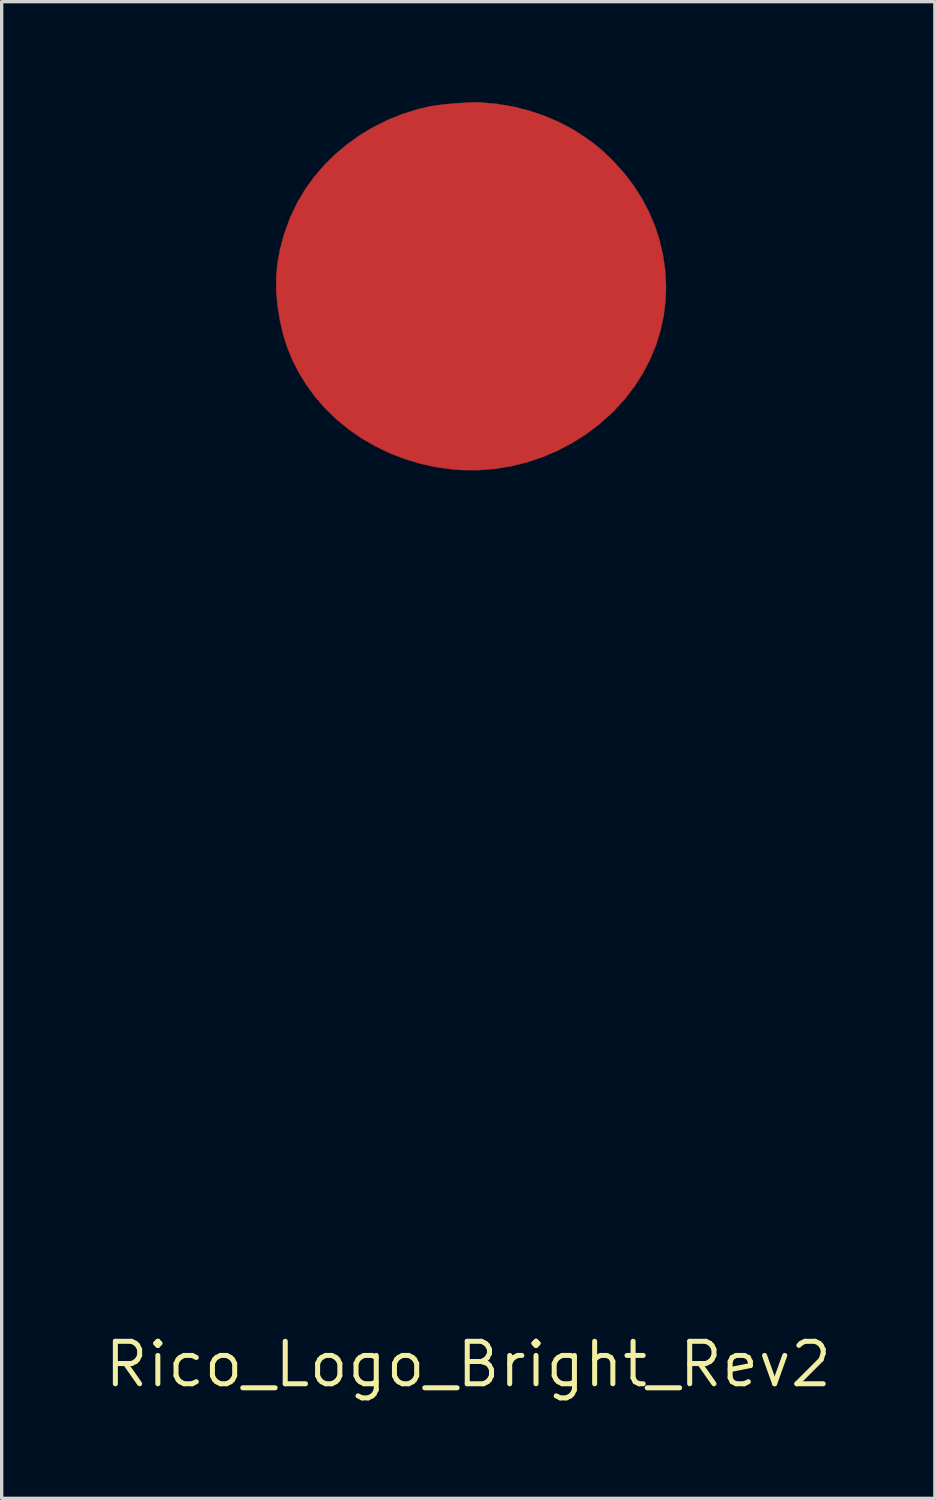
<source format=kicad_pcb>
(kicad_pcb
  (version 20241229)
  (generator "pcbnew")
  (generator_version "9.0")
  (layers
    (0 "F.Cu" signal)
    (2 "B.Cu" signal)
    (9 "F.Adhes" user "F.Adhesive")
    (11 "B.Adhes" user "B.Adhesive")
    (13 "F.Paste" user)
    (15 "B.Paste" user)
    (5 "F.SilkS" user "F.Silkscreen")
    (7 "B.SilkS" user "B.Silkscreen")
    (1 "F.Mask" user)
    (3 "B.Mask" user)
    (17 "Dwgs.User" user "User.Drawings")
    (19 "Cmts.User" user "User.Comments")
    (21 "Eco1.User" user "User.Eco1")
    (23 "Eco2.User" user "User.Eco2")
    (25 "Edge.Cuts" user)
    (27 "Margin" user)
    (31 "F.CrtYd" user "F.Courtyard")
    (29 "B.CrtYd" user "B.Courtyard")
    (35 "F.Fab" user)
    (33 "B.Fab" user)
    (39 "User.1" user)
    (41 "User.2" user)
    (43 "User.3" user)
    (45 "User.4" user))
  (footprint "Rico_Logo_Bright_Rev2"
    (layer "F.Cu")
    (at 10.953 5.501)
    (property "Reference" "Rico_Logo_Bright_Rev2" (at 0 32.25 0) (layer "F.SilkS") (effects (font (size 1.27 1.27) (thickness 0.15))))
    (attr through_hole)
    (fp_poly (pts (xy 0.33 -5.489) (xy 0.34 -5.489) (xy 0.835 -5.447) (xy 1.322 -5.366) (xy 1.798 -5.248) (xy 2.261 -5.094) (xy 2.705 -4.905) (xy 3.128 -4.681) (xy 3.527 -4.425) (xy 3.528 -4.424) (xy 3.702 -4.297) (xy 3.856 -4.177) (xy 4 -4.055) (xy 4.147 -3.919) (xy 4.308 -3.761) (xy 4.319 -3.751) (xy 4.646 -3.393) (xy 4.938 -3.013) (xy 5.194 -2.612) (xy 5.413 -2.194) (xy 5.594 -1.758) (xy 5.716 -1.381) (xy 5.824 -0.922) (xy 5.89 -0.463) (xy 5.915 -0.005) (xy 5.899 0.449) (xy 5.843 0.898) (xy 5.748 1.339) (xy 5.614 1.77) (xy 5.441 2.19) (xy 5.231 2.597) (xy 4.983 2.988) (xy 4.699 3.361) (xy 4.378 3.715) (xy 4.285 3.808) (xy 3.915 4.138) (xy 3.521 4.435) (xy 3.105 4.698) (xy 2.67 4.926) (xy 2.22 5.118) (xy 1.756 5.273) (xy 1.282 5.391) (xy 0.8 5.469) (xy 0.312 5.508) (xy -0.177 5.506) (xy -0.443 5.488) (xy -0.936 5.422) (xy -1.417 5.319) (xy -1.885 5.179) (xy -2.338 5.005) (xy -2.772 4.797) (xy -3.186 4.558) (xy -3.577 4.287) (xy -3.942 3.988) (xy -4.279 3.661) (xy -4.586 3.307) (xy -4.846 2.95) (xy -5.065 2.594) (xy -5.251 2.232) (xy -5.405 1.859) (xy -5.53 1.468) (xy -5.628 1.054) (xy -5.701 0.61) (xy -5.702 0.603) (xy -5.742 0.17) (xy -5.743 -0.256) (xy -5.705 -0.681) (xy -5.628 -1.105) (xy -5.512 -1.533) (xy -5.355 -1.969) (xy -5.297 -2.109) (xy -5.101 -2.515) (xy -4.867 -2.904) (xy -4.599 -3.273) (xy -4.3 -3.62) (xy -3.97 -3.944) (xy -3.614 -4.242) (xy -3.233 -4.513) (xy -2.83 -4.754) (xy -2.406 -4.965) (xy -1.965 -5.142) (xy -1.51 -5.284) (xy -1.157 -5.368) (xy -1.035 -5.389) (xy -0.88 -5.41) (xy -0.703 -5.43) (xy -0.512 -5.448) (xy -0.316 -5.464) (xy -0.125 -5.477) (xy 0.053 -5.486) (xy 0.207 -5.49) (xy 0.33 -5.489)) (stroke (width 0.01) (type solid)) (fill yes) (layer "F.Cu"))
    (fp_poly (pts (xy 0.166 -2.579) (xy 0.228 -2.53) (xy 0.267 -2.445) (xy 0.285 -2.325) (xy 0.287 -2.272) (xy 0.274 -2.12) (xy 0.238 -1.98) (xy 0.182 -1.859) (xy 0.109 -1.764) (xy 0.023 -1.703) (xy 0.012 -1.699) (xy -0.048 -1.676) (xy -0.085 -1.668) (xy -0.117 -1.673) (xy -0.149 -1.685) (xy -0.208 -1.731) (xy -0.25 -1.809) (xy -0.275 -1.912) (xy -0.281 -2.032) (xy -0.266 -2.164) (xy -0.255 -2.215) (xy -0.207 -2.352) (xy -0.142 -2.463) (xy -0.064 -2.543) (xy 0.024 -2.588) (xy 0.082 -2.596) (xy 0.166 -2.579)) (stroke (width 0.01) (type solid)) (fill yes) (layer "F.Mask"))
    (fp_poly (pts (xy 0.497 -5.484) (xy 0.812 -5.452) (xy 1.141 -5.401) (xy 1.473 -5.334) (xy 1.799 -5.251) (xy 2.107 -5.156) (xy 2.312 -5.081) (xy 2.744 -4.891) (xy 3.15 -4.673) (xy 3.534 -4.424) (xy 3.9 -4.139) (xy 4.253 -3.817) (xy 4.319 -3.751) (xy 4.651 -3.389) (xy 4.945 -3.009) (xy 5.2 -2.61) (xy 5.418 -2.193) (xy 5.598 -1.757) (xy 5.74 -1.301) (xy 5.845 -0.825) (xy 5.868 -0.691) (xy 5.885 -0.543) (xy 5.898 -0.363) (xy 5.905 -0.163) (xy 5.908 0.048) (xy 5.905 0.258) (xy 5.897 0.457) (xy 5.884 0.635) (xy 5.868 0.77) (xy 5.788 1.187) (xy 5.681 1.581) (xy 5.541 1.964) (xy 5.388 2.304) (xy 5.194 2.664) (xy 4.977 3.002) (xy 4.73 3.326) (xy 4.447 3.644) (xy 4.394 3.699) (xy 4.032 4.042) (xy 3.643 4.351) (xy 3.231 4.627) (xy 2.796 4.868) (xy 2.342 5.073) (xy 1.87 5.241) (xy 1.383 5.371) (xy 0.96 5.45) (xy 0.857 5.462) (xy 0.726 5.474) (xy 0.573 5.484) (xy 0.408 5.493) (xy 0.239 5.5) (xy 0.074 5.504) (xy -0.078 5.506) (xy -0.209 5.506) (xy -0.311 5.502) (xy -0.348 5.499) (xy -0.402 5.492) (xy -0.484 5.483) (xy -0.58 5.472) (xy -0.623 5.467) (xy -1.051 5.401) (xy -1.484 5.301) (xy -1.915 5.169) (xy -2.334 5.009) (xy -2.734 4.824) (xy -2.987 4.682) (xy -0.493 4.682) (xy -0.362 4.704) (xy -0.267 4.714) (xy -0.139 4.719) (xy 0.013 4.719) (xy 0.179 4.715) (xy 0.352 4.707) (xy 0.521 4.695) (xy 0.678 4.68) (xy 0.795 4.665) (xy 1.279 4.572) (xy 1.739 4.443) (xy 2.176 4.279) (xy 2.591 4.08) (xy 2.984 3.845) (xy 3.354 3.573) (xy 3.704 3.266) (xy 3.843 3.127) (xy 4.125 2.812) (xy 4.368 2.488) (xy 4.574 2.151) (xy 4.747 1.798) (xy 4.889 1.422) (xy 4.891 1.416) (xy 4.925 1.307) (xy 4.956 1.207) (xy 4.979 1.125) (xy 4.993 1.072) (xy 4.994 1.066) (xy 5.008 0.992) (xy 4.971 1.044) (xy 4.951 1.081) (xy 4.918 1.15) (xy 4.876 1.241) (xy 4.83 1.347) (xy 4.801 1.415) (xy 4.601 1.845) (xy 4.376 2.244) (xy 4.126 2.61) (xy 3.852 2.942) (xy 3.648 3.152) (xy 3.439 3.34) (xy 3.239 3.49) (xy 3.043 3.606) (xy 2.846 3.689) (xy 2.643 3.743) (xy 2.488 3.766) (xy 2.298 3.764) (xy 2.109 3.723) (xy 1.927 3.648) (xy 1.759 3.542) (xy 1.612 3.408) (xy 1.492 3.249) (xy 1.474 3.219) (xy 1.429 3.145) (xy 1.385 3.093) (xy 1.332 3.055) (xy 1.259 3.024) (xy 1.165 2.994) (xy 1.075 2.962) (xy 0.969 2.915) (xy 0.867 2.864) (xy 0.848 2.853) (xy 0.718 2.78) (xy 0.6 2.717) (xy 0.501 2.667) (xy 0.426 2.633) (xy 0.401 2.624) (xy 0.374 2.62) (xy 0.358 2.635) (xy 0.348 2.677) (xy 0.341 2.722) (xy 0.328 2.789) (xy 0.302 2.887) (xy 0.266 3.01) (xy 0.223 3.148) (xy 0.175 3.295) (xy 0.124 3.442) (xy 0.074 3.582) (xy 0.03 3.696) (xy -0.059 3.906) (xy -0.161 4.119) (xy -0.267 4.32) (xy -0.372 4.495) (xy -0.381 4.509) (xy -0.493 4.682) (xy -2.987 4.682) (xy -3.106 4.616) (xy -3.163 4.58) (xy -3.431 4.398) (xy -3.701 4.191) (xy -3.964 3.967) (xy -4.211 3.734) (xy -4.432 3.502) (xy -4.55 3.363) (xy -4.741 3.105) (xy -3.691 3.105) (xy -3.649 3.164) (xy -3.588 3.235) (xy -3.498 3.325) (xy -3.386 3.426) (xy -3.256 3.535) (xy -3.116 3.646) (xy -2.971 3.754) (xy -2.829 3.853) (xy -2.717 3.926) (xy -2.495 4.053) (xy -2.242 4.179) (xy -1.972 4.299) (xy -1.696 4.407) (xy -1.425 4.498) (xy -1.248 4.549) (xy -1.142 4.576) (xy -1.071 4.592) (xy -1.029 4.598) (xy -1.01 4.594) (xy -1.009 4.58) (xy -1.012 4.574) (xy -1.142 4.253) (xy -1.243 3.93) (xy -1.316 3.599) (xy -1.361 3.253) (xy -1.381 2.885) (xy -1.38 2.764) (xy -0.873 2.764) (xy -0.857 2.97) (xy -0.845 3.033) (xy -0.799 3.176) (xy -0.738 3.282) (xy -0.659 3.353) (xy -0.657 3.354) (xy -0.576 3.388) (xy -0.496 3.387) (xy -0.42 3.36) (xy -0.332 3.305) (xy -0.257 3.226) (xy -0.192 3.121) (xy -0.135 2.984) (xy -0.084 2.811) (xy -0.054 2.685) (xy -0.035 2.597) (xy -0.017 2.523) (xy -0.004 2.473) (xy 0.000025 2.462) (xy -0.003 2.446) (xy -0.027 2.423) (xy -0.076 2.393) (xy -0.153 2.352) (xy -0.264 2.297) (xy -0.327 2.267) (xy -0.667 2.105) (xy -0.709 2.173) (xy -0.797 2.355) (xy -0.852 2.556) (xy -0.873 2.764) (xy -1.38 2.764) (xy -1.378 2.548) (xy -1.373 2.412) (xy -1.365 2.281) (xy -1.357 2.165) (xy -1.348 2.073) (xy -1.341 2.024) (xy -1.326 1.923) (xy -1.328 1.853) (xy -1.353 1.802) (xy -1.406 1.759) (xy -1.492 1.715) (xy -1.508 1.708) (xy -1.581 1.673) (xy -1.683 1.624) (xy -1.802 1.566) (xy -1.815 1.56) (xy 2.059 1.56) (xy 2.063 1.755) (xy 2.077 1.921) (xy 2.085 1.976) (xy 2.137 2.201) (xy 2.209 2.395) (xy 2.3 2.556) (xy 2.408 2.683) (xy 2.531 2.774) (xy 2.668 2.829) (xy 2.817 2.846) (xy 2.976 2.823) (xy 3.054 2.798) (xy 3.2 2.73) (xy 3.349 2.631) (xy 3.503 2.502) (xy 3.663 2.339) (xy 3.828 2.143) (xy 4.001 1.913) (xy 4.182 1.646) (xy 4.372 1.342) (xy 4.572 1) (xy 4.783 0.619) (xy 4.786 0.612) (xy 4.878 0.441) (xy 4.951 0.302) (xy 5.008 0.189) (xy 5.05 0.098) (xy 5.08 0.023) (xy 5.1 -0.041) (xy 5.111 -0.099) (xy 5.117 -0.157) (xy 5.118 -0.219) (xy 5.118 -0.225) (xy 5.112 -0.341) (xy 5.095 -0.488) (xy 5.069 -0.654) (xy 5.036 -0.83) (xy 4.998 -1.005) (xy 4.956 -1.169) (xy 4.932 -1.253) (xy 4.881 -1.41) (xy 4.823 -1.573) (xy 4.761 -1.734) (xy 4.698 -1.887) (xy 4.636 -2.023) (xy 4.579 -2.136) (xy 4.53 -2.219) (xy 4.51 -2.247) (xy 4.491 -2.268) (xy 4.482 -2.265) (xy 4.482 -2.232) (xy 4.488 -2.172) (xy 4.492 -2.06) (xy 4.483 -1.915) (xy 4.462 -1.743) (xy 4.431 -1.552) (xy 4.391 -1.347) (xy 4.343 -1.137) (xy 4.288 -0.927) (xy 4.285 -0.916) (xy 4.2 -0.644) (xy 4.1 -0.372) (xy 3.989 -0.107) (xy 3.869 0.145) (xy 3.743 0.379) (xy 3.614 0.589) (xy 3.486 0.768) (xy 3.367 0.904) (xy 3.243 1.014) (xy 3.128 1.082) (xy 3.022 1.109) (xy 2.924 1.095) (xy 2.837 1.042) (xy 2.762 0.963) (xy 2.717 0.879) (xy 2.697 0.778) (xy 2.695 0.707) (xy 2.7 0.623) (xy 2.715 0.534) (xy 2.741 0.434) (xy 2.78 0.316) (xy 2.835 0.174) (xy 2.907 0.002) (xy 2.932 -0.056) (xy 2.983 -0.174) (xy 3.03 -0.287) (xy 3.071 -0.385) (xy 3.101 -0.46) (xy 3.112 -0.49) (xy 3.164 -0.614) (xy 3.219 -0.704) (xy 3.275 -0.755) (xy 3.329 -0.767) (xy 3.343 -0.763) (xy 3.376 -0.734) (xy 3.389 -0.708) (xy 3.402 -0.683) (xy 3.42 -0.684) (xy 3.442 -0.715) (xy 3.472 -0.777) (xy 3.509 -0.873) (xy 3.557 -1.006) (xy 3.579 -1.072) (xy 3.663 -1.332) (xy 3.73 -1.572) (xy 3.782 -1.791) (xy 3.817 -1.984) (xy 3.835 -2.151) (xy 3.837 -2.288) (xy 3.821 -2.393) (xy 3.788 -2.464) (xy 3.756 -2.491) (xy 3.694 -2.501) (xy 3.616 -2.474) (xy 3.523 -2.414) (xy 3.419 -2.32) (xy 3.305 -2.196) (xy 3.224 -2.095) (xy 3.066 -1.869) (xy 2.911 -1.607) (xy 2.761 -1.314) (xy 2.62 -0.997) (xy 2.488 -0.662) (xy 2.37 -0.315) (xy 2.267 0.038) (xy 2.181 0.39) (xy 2.17 0.447) (xy 2.131 0.659) (xy 2.101 0.885) (xy 2.078 1.116) (xy 2.064 1.344) (xy 2.059 1.56) (xy -1.815 1.56) (xy -1.929 1.503) (xy -2.028 1.453) (xy -2.214 1.362) (xy -2.365 1.29) (xy -2.484 1.238) (xy -2.573 1.205) (xy -2.635 1.189) (xy -2.671 1.19) (xy -2.68 1.197) (xy -2.711 1.247) (xy -2.758 1.328) (xy -2.817 1.431) (xy -2.884 1.552) (xy -2.956 1.681) (xy -3.028 1.813) (xy -3.097 1.941) (xy -3.158 2.057) (xy -3.163 2.067) (xy -3.228 2.194) (xy -3.276 2.291) (xy -3.309 2.367) (xy -3.33 2.428) (xy -3.342 2.482) (xy -3.348 2.532) (xy -3.372 2.668) (xy -3.422 2.789) (xy -3.503 2.907) (xy -3.569 2.98) (xy -3.691 3.105) (xy -4.741 3.105) (xy -4.816 3.003) (xy -5.054 2.615) (xy -5.259 2.207) (xy -5.43 1.785) (xy -5.562 1.354) (xy -5.606 1.172) (xy -5.646 0.981) (xy -5.677 0.814) (xy -5.7 0.661) (xy -5.717 0.512) (xy -5.727 0.355) (xy -5.732 0.197) (xy -4.934 0.197) (xy -4.898 0.612) (xy -4.826 1.02) (xy -4.716 1.418) (xy -4.569 1.801) (xy -4.487 1.976) (xy -4.404 2.136) (xy -4.327 2.279) (xy -4.256 2.402) (xy -4.194 2.5) (xy -4.144 2.569) (xy -4.108 2.606) (xy -4.095 2.611) (xy -4.079 2.593) (xy -4.057 2.545) (xy -4.04 2.5) (xy -4.01 2.423) (xy -3.96 2.311) (xy -3.89 2.166) (xy -3.801 1.991) (xy -3.695 1.787) (xy -3.577 1.563) (xy -3.507 1.43) (xy -3.442 1.298) (xy -3.385 1.175) (xy -3.34 1.067) (xy -3.307 0.981) (xy -3.291 0.924) (xy -3.29 0.912) (xy -3.308 0.893) (xy -3.357 0.86) (xy -3.43 0.819) (xy -3.52 0.773) (xy -3.527 0.769) (xy -3.731 0.664) (xy -3.909 0.562) (xy -4.058 0.465) (xy -4.177 0.374) (xy -4.261 0.292) (xy -4.309 0.22) (xy -4.317 0.196) (xy -4.315 0.112) (xy -4.275 0.024) (xy -4.201 -0.066) (xy -4.098 -0.154) (xy -3.97 -0.238) (xy -3.821 -0.314) (xy -3.654 -0.379) (xy -3.502 -0.424) (xy -3.354 -0.457) (xy -3.192 -0.487) (xy -3.029 -0.513) (xy -2.875 -0.531) (xy -2.745 -0.541) (xy -2.694 -0.543) (xy -2.595 -0.546) (xy -2.514 -0.557) (xy -2.446 -0.581) (xy -2.387 -0.622) (xy -2.331 -0.684) (xy -2.274 -0.773) (xy -2.244 -0.828) (xy -1.597 -0.828) (xy -1.578 -0.827) (xy -1.527 -0.837) (xy -1.451 -0.857) (xy -1.356 -0.884) (xy -1.252 -0.917) (xy -1.145 -0.954) (xy -1.11 -0.966) (xy -1.022 -0.998) (xy -0.902 -1.04) (xy -0.76 -1.089) (xy -0.603 -1.143) (xy -0.441 -1.198) (xy -0.316 -1.241) (xy -0.038 -1.337) (xy 0.203 -1.425) (xy 0.41 -1.505) (xy 0.586 -1.58) (xy 0.736 -1.649) (xy 0.837 -1.702) (xy 1.015 -1.807) (xy 1.187 -1.922) (xy 1.347 -2.043) (xy 1.489 -2.164) (xy 1.608 -2.281) (xy 1.697 -2.388) (xy 1.728 -2.437) (xy 1.773 -2.534) (xy 1.789 -2.629) (xy 1.789 -2.646) (xy 1.785 -2.715) (xy 1.767 -2.763) (xy 1.725 -2.81) (xy 1.718 -2.817) (xy 1.65 -2.868) (xy 1.565 -2.907) (xy 1.457 -2.936) (xy 1.319 -2.956) (xy 1.146 -2.969) (xy 1.097 -2.971) (xy 0.993 -2.972) (xy 0.864 -2.971) (xy 0.715 -2.966) (xy 0.551 -2.958) (xy 0.379 -2.948) (xy 0.202 -2.936) (xy 0.026 -2.923) (xy -0.144 -2.909) (xy -0.301 -2.894) (xy -0.442 -2.879) (xy -0.561 -2.864) (xy -0.652 -2.85) (xy -0.711 -2.836) (xy -0.731 -2.826) (xy -0.743 -2.787) (xy -0.75 -2.727) (xy -0.75 -2.711) (xy -0.758 -2.627) (xy -0.781 -2.527) (xy -0.82 -2.407) (xy -0.877 -2.265) (xy -0.954 -2.098) (xy -1.051 -1.902) (xy -1.169 -1.676) (xy -1.235 -1.551) (xy -1.318 -1.397) (xy -1.394 -1.252) (xy -1.461 -1.121) (xy -1.518 -1.008) (xy -1.561 -0.919) (xy -1.588 -0.857) (xy -1.597 -0.828) (xy -2.244 -0.828) (xy -2.21 -0.892) (xy -2.138 -1.04) (xy -2.088 -1.139) (xy -2.023 -1.266) (xy -1.946 -1.41) (xy -1.863 -1.562) (xy -1.779 -1.713) (xy -1.738 -1.784) (xy -1.65 -1.941) (xy -1.564 -2.096) (xy -1.484 -2.245) (xy -1.411 -2.383) (xy -1.348 -2.505) (xy -1.297 -2.608) (xy -1.261 -2.687) (xy -1.241 -2.736) (xy -1.239 -2.753) (xy -1.262 -2.752) (xy -1.319 -2.743) (xy -1.402 -2.726) (xy -1.504 -2.705) (xy -1.616 -2.68) (xy -1.732 -2.653) (xy -1.844 -2.626) (xy -1.944 -2.6) (xy -1.996 -2.586) (xy -2.135 -2.545) (xy -2.281 -2.498) (xy -2.427 -2.449) (xy -2.564 -2.401) (xy -2.684 -2.355) (xy -2.78 -2.315) (xy -2.843 -2.284) (xy -2.846 -2.282) (xy -2.941 -2.226) (xy -2.722 -2.21) (xy -2.563 -2.195) (xy -2.442 -2.175) (xy -2.357 -2.149) (xy -2.303 -2.115) (xy -2.278 -2.072) (xy -2.274 -2.046) (xy -2.294 -1.998) (xy -2.346 -1.954) (xy -2.421 -1.922) (xy -2.482 -1.909) (xy -2.534 -1.902) (xy -2.619 -1.89) (xy -2.729 -1.874) (xy -2.857 -1.855) (xy -2.992 -1.835) (xy -3.005 -1.833) (xy -3.226 -1.8) (xy -3.41 -1.774) (xy -3.561 -1.755) (xy -3.682 -1.743) (xy -3.778 -1.738) (xy -3.853 -1.74) (xy -3.911 -1.749) (xy -3.956 -1.765) (xy -3.993 -1.788) (xy -4.025 -1.818) (xy -4.04 -1.836) (xy -4.072 -1.881) (xy -4.088 -1.929) (xy -4.094 -1.997) (xy -4.095 -2.034) (xy -4.086 -2.145) (xy -4.062 -2.283) (xy -4.024 -2.437) (xy -3.976 -2.597) (xy -3.929 -2.728) (xy -3.899 -2.807) (xy -3.885 -2.854) (xy -3.885 -2.874) (xy -3.897 -2.874) (xy -3.905 -2.871) (xy -3.954 -2.83) (xy -4.018 -2.756) (xy -4.093 -2.653) (xy -4.175 -2.527) (xy -4.263 -2.382) (xy -4.352 -2.224) (xy -4.439 -2.058) (xy -4.522 -1.889) (xy -4.552 -1.824) (xy -4.703 -1.441) (xy -4.817 -1.042) (xy -4.893 -0.634) (xy -4.932 -0.219) (xy -4.934 0.197) (xy -5.732 0.197) (xy -5.732 0.18) (xy -5.734 -0.023) (xy -5.734 -0.088) (xy -5.733 -0.257) (xy -5.731 -0.393) (xy -5.728 -0.503) (xy -5.723 -0.594) (xy -5.715 -0.675) (xy -5.703 -0.755) (xy -5.688 -0.841) (xy -5.676 -0.902) (xy -5.562 -1.383) (xy -5.41 -1.842) (xy -5.223 -2.281) (xy -4.998 -2.698) (xy -4.738 -3.093) (xy -4.442 -3.466) (xy -4.243 -3.684) (xy -4.04 -3.876) (xy -2.755 -3.876) (xy -2.754 -3.873) (xy -2.731 -3.876) (xy -2.675 -3.89) (xy -2.591 -3.915) (xy -2.486 -3.947) (xy -2.367 -3.986) (xy -2.355 -3.99) (xy -2.06 -4.083) (xy -1.78 -4.16) (xy -1.501 -4.224) (xy -1.21 -4.277) (xy -0.895 -4.323) (xy -0.793 -4.336) (xy -0.691 -4.345) (xy -0.557 -4.353) (xy -0.398 -4.358) (xy -0.222 -4.362) (xy -0.037 -4.363) (xy 0.15 -4.363) (xy 0.332 -4.361) (xy 0.499 -4.357) (xy 0.645 -4.351) (xy 0.763 -4.343) (xy 0.827 -4.336) (xy 1.143 -4.277) (xy 1.422 -4.198) (xy 1.665 -4.098) (xy 1.873 -3.976) (xy 2.046 -3.832) (xy 2.184 -3.666) (xy 2.288 -3.477) (xy 2.358 -3.266) (xy 2.375 -3.185) (xy 2.396 -2.971) (xy 2.387 -2.735) (xy 2.349 -2.483) (xy 2.284 -2.22) (xy 2.192 -1.954) (xy 2.098 -1.739) (xy 1.978 -1.521) (xy 1.836 -1.33) (xy 1.666 -1.16) (xy 1.462 -1.003) (xy 1.398 -0.961) (xy 1.258 -0.875) (xy 1.114 -0.797) (xy 0.962 -0.726) (xy 0.796 -0.659) (xy 0.613 -0.595) (xy 0.408 -0.532) (xy 0.175 -0.469) (xy -0.09 -0.404) (xy -0.393 -0.335) (xy -0.411 -0.331) (xy -0.555 -0.298) (xy -0.726 -0.258) (xy -0.911 -0.213) (xy -1.096 -0.168) (xy -1.268 -0.125) (xy -1.29 -0.119) (xy -1.439 -0.082) (xy -1.584 -0.046) (xy -1.718 -0.015) (xy -1.831 0.011) (xy -1.916 0.028) (xy -1.942 0.033) (xy -2.037 0.052) (xy -2.091 0.071) (xy -2.107 0.091) (xy -2.085 0.115) (xy -2.061 0.128) (xy -2.005 0.154) (xy -1.923 0.189) (xy -1.821 0.231) (xy -1.705 0.277) (xy -1.581 0.326) (xy -1.456 0.374) (xy -1.334 0.42) (xy -1.223 0.461) (xy -1.129 0.495) (xy -1.057 0.52) (xy -1.014 0.533) (xy -1.004 0.533) (xy -0.994 0.491) (xy -0.965 0.423) (xy -0.923 0.339) (xy -0.873 0.248) (xy -0.821 0.159) (xy -0.771 0.082) (xy -0.729 0.026) (xy -0.722 0.018) (xy -0.667 -0.035) (xy -0.624 -0.064) (xy -0.578 -0.075) (xy -0.536 -0.077) (xy -0.451 -0.065) (xy -0.384 -0.023) (xy -0.328 0.052) (xy -0.304 0.101) (xy -0.285 0.168) (xy -0.271 0.264) (xy -0.264 0.378) (xy -0.263 0.496) (xy -0.27 0.605) (xy -0.283 0.691) (xy -0.293 0.754) (xy -0.292 0.805) (xy -0.291 0.811) (xy -0.265 0.845) (xy -0.205 0.887) (xy -0.119 0.933) (xy -0.015 0.98) (xy 0.1 1.022) (xy 0.107 1.024) (xy 0.199 1.056) (xy 0.284 1.088) (xy 0.368 1.125) (xy 0.461 1.171) (xy 0.57 1.228) (xy 0.701 1.301) (xy 0.805 1.36) (xy 0.913 1.421) (xy 1.009 1.474) (xy 1.085 1.516) (xy 1.137 1.543) (xy 1.158 1.553) (xy 1.168 1.534) (xy 1.179 1.484) (xy 1.186 1.431) (xy 1.238 1.049) (xy 1.312 0.679) (xy 1.41 0.314) (xy 1.534 -0.053) (xy 1.686 -0.429) (xy 1.868 -0.823) (xy 1.918 -0.924) (xy 2.068 -1.209) (xy 2.224 -1.486) (xy 2.383 -1.751) (xy 2.543 -2) (xy 2.7 -2.226) (xy 2.852 -2.427) (xy 2.995 -2.597) (xy 3.126 -2.732) (xy 3.129 -2.734) (xy 3.26 -2.84) (xy 3.408 -2.933) (xy 3.559 -3.007) (xy 3.702 -3.055) (xy 3.735 -3.062) (xy 3.8 -3.075) (xy 3.846 -3.087) (xy 3.859 -3.092) (xy 3.856 -3.117) (xy 3.823 -3.163) (xy 3.765 -3.226) (xy 3.685 -3.303) (xy 3.589 -3.388) (xy 3.481 -3.479) (xy 3.365 -3.572) (xy 3.245 -3.662) (xy 3.127 -3.746) (xy 3.091 -3.77) (xy 2.677 -4.023) (xy 2.257 -4.235) (xy 1.829 -4.406) (xy 1.392 -4.536) (xy 0.945 -4.625) (xy 0.485 -4.675) (xy 0.012 -4.686) (xy -0.052 -4.684) (xy -0.366 -4.669) (xy -0.652 -4.642) (xy -0.923 -4.6) (xy -1.191 -4.542) (xy -1.469 -4.465) (xy -1.629 -4.414) (xy -1.737 -4.376) (xy -1.859 -4.328) (xy -1.991 -4.273) (xy -2.127 -4.213) (xy -2.262 -4.151) (xy -2.39 -4.09) (xy -2.507 -4.031) (xy -2.608 -3.978) (xy -2.686 -3.933) (xy -2.737 -3.898) (xy -2.755 -3.876) (xy -4.04 -3.876) (xy -3.903 -4.006) (xy -3.532 -4.304) (xy -3.136 -4.573) (xy -2.719 -4.812) (xy -2.287 -5.018) (xy -1.842 -5.188) (xy -1.392 -5.32) (xy -1.179 -5.367) (xy -1.085 -5.383) (xy -0.958 -5.401) (xy -0.805 -5.419) (xy -0.636 -5.437) (xy -0.459 -5.453) (xy -0.282 -5.468) (xy -0.115 -5.481) (xy 0.035 -5.49) (xy 0.158 -5.495) (xy 0.208 -5.496) (xy 0.497 -5.484)) (stroke (width 0.01) (type solid)) (fill yes) (layer "F.Mask")))
  (gr_rect
    (start -3 -3)
    (end 24.907 41.757)
    (stroke (width 0.1) (type default))
    (fill no)
    (layer "Edge.Cuts")))
</source>
